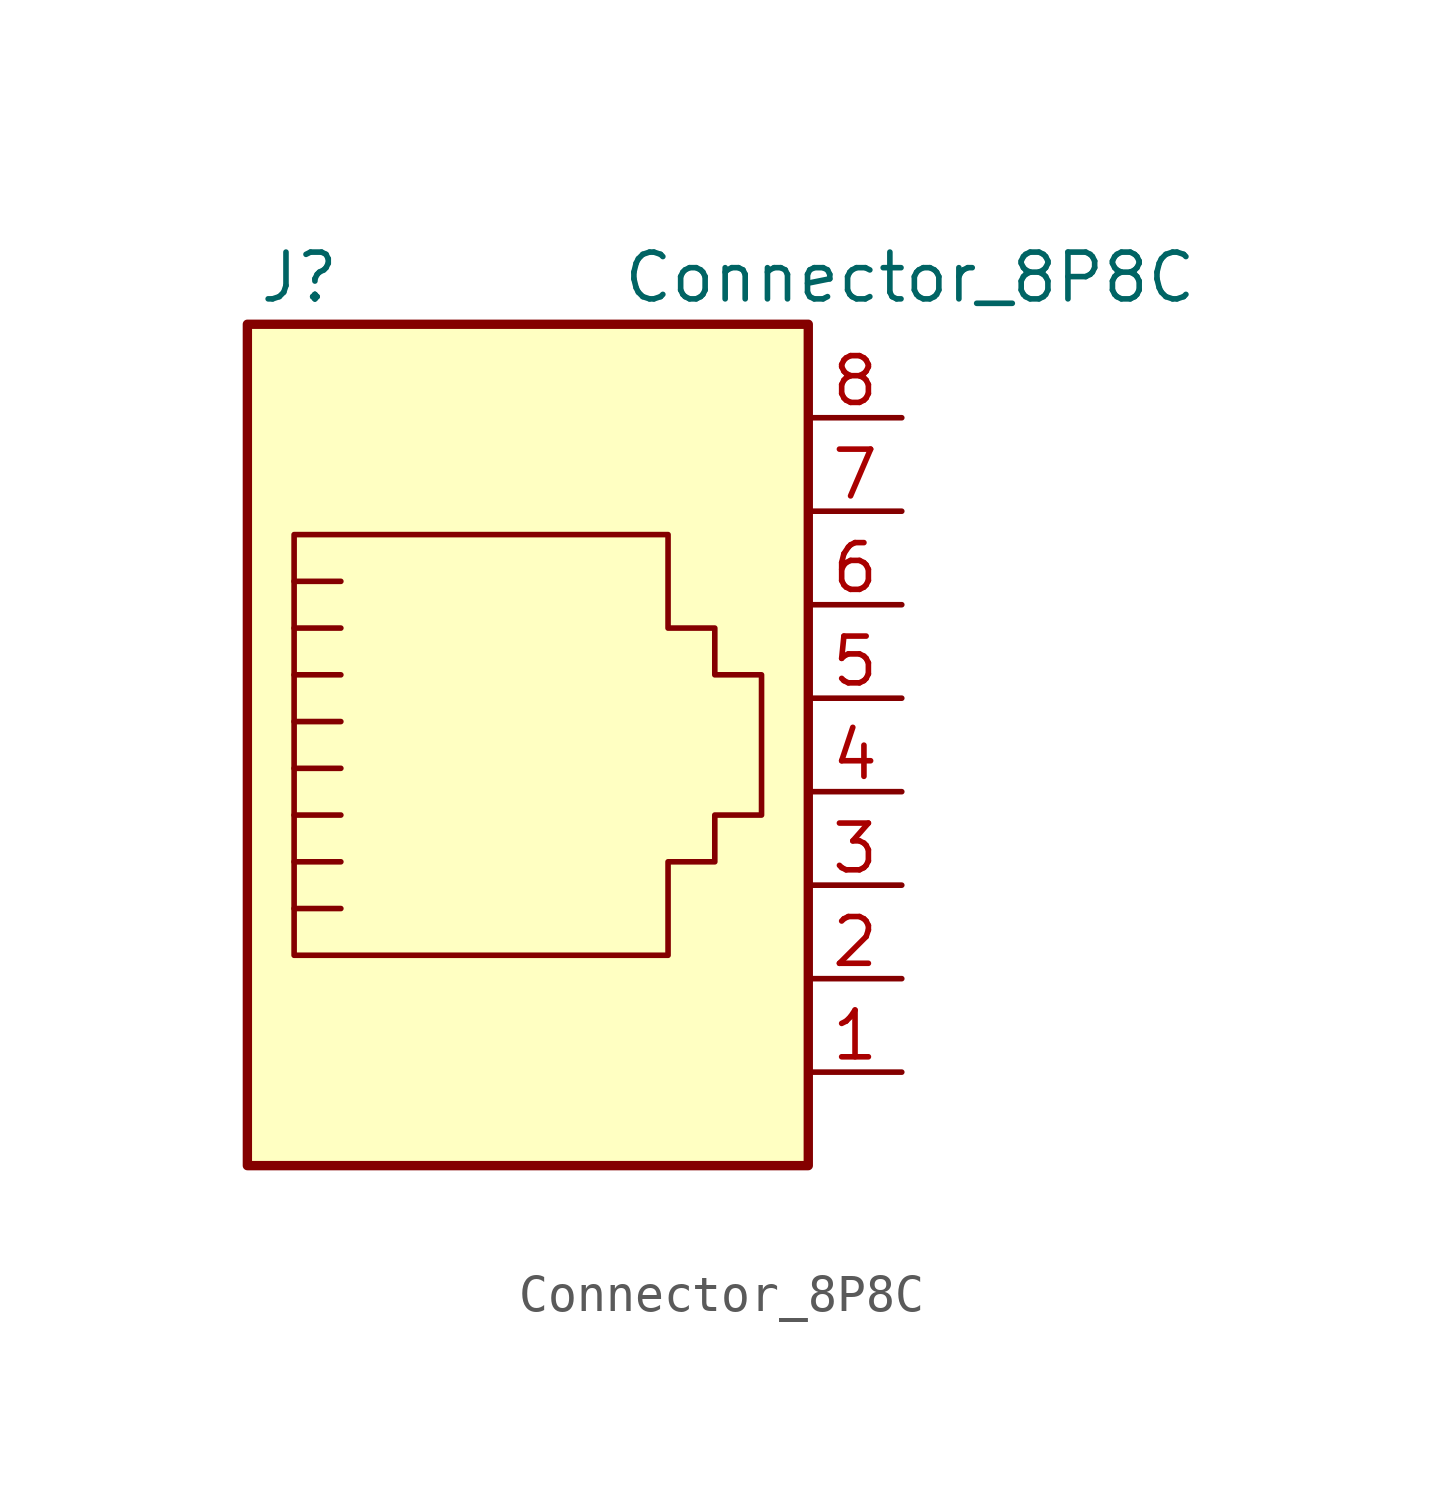
<source format=kicad_sym>
(kicad_symbol_lib
  (version 20211014)
  (generator kicad_symbol_editor)
  (symbol "Connector_8P8C"
    (pin_names
      (offset 1.016))
    (property "Reference" "J"
      (at -5.08 13.97 0)
      (effects (font (size 1.27 1.27)) (justify right)))
    (property "Value" "Connector_8P8C"
      (at 2.54 13.97 0)
      (effects (font (size 1.27 1.27)) (justify left)))
    (symbol "Connector_8P8C_0_1"
      (polyline (pts (xy -5.08 4.445) (xy -6.35 4.445)) (stroke (width 0) (type default) (color 0 0 0 0)) (fill (type none)))
      (polyline (pts (xy -5.08 5.715) (xy -6.35 5.715)) (stroke (width 0) (type default) (color 0 0 0 0)) (fill (type none)))
      (polyline (pts (xy -6.35 -3.175) (xy -5.08 -3.175) (xy -5.08 -3.175)) (stroke (width 0) (type default) (color 0 0 0 0)) (fill (type none)))
      (polyline (pts (xy -6.35 -1.905) (xy -5.08 -1.905) (xy -5.08 -1.905)) (stroke (width 0) (type default) (color 0 0 0 0)) (fill (type none)))
      (polyline (pts (xy -6.35 -0.635) (xy -5.08 -0.635) (xy -5.08 -0.635)) (stroke (width 0) (type default) (color 0 0 0 0)) (fill (type none)))
      (polyline (pts (xy -6.35 0.635) (xy -5.08 0.635) (xy -5.08 0.635)) (stroke (width 0) (type default) (color 0 0 0 0)) (fill (type none)))
      (polyline (pts (xy -6.35 1.905) (xy -5.08 1.905) (xy -5.08 1.905)) (stroke (width 0) (type default) (color 0 0 0 0)) (fill (type none)))
      (polyline (pts (xy -5.08 3.175) (xy -6.35 3.175) (xy -6.35 3.175)) (stroke (width 0) (type default) (color 0 0 0 0)) (fill (type none)))
      (polyline (pts (xy -6.35 -4.445) (xy -6.35 6.985) (xy 3.81 6.985) (xy 3.81 4.445) (xy 5.08 4.445) (xy 5.08 3.175) (xy 6.35 3.175) (xy 6.35 -0.635) (xy 5.08 -0.635) (xy 5.08 -1.905) (xy 3.81 -1.905) (xy 3.81 -4.445) (xy -6.35 -4.445) (xy -6.35 -4.445)) (stroke (width 0) (type default) (color 0 0 0 0)) (fill (type none)))
      (rectangle (start 7.62 12.7) (end -7.62 -10.16) (stroke (width 0.254) (type default) (color 0 0 0 0)) (fill (type background))))
    (symbol "Connector_8P8C_1_1"
      (pin passive line (at 10.16 -7.62 180) (length 2.54) (name "~" (effects (font (size 1.27 1.27)))) (number "1" (effects (font (size 1.27 1.27)))))
      (pin passive line (at 10.16 -5.08 180) (length 2.54) (name "~" (effects (font (size 1.27 1.27)))) (number "2" (effects (font (size 1.27 1.27)))))
      (pin passive line (at 10.16 -2.54 180) (length 2.54) (name "~" (effects (font (size 1.27 1.27)))) (number "3" (effects (font (size 1.27 1.27)))))
      (pin passive line (at 10.16 0 180) (length 2.54) (name "~" (effects (font (size 1.27 1.27)))) (number "4" (effects (font (size 1.27 1.27)))))
      (pin passive line (at 10.16 2.54 180) (length 2.54) (name "~" (effects (font (size 1.27 1.27)))) (number "5" (effects (font (size 1.27 1.27)))))
      (pin passive line (at 10.16 5.08 180) (length 2.54) (name "~" (effects (font (size 1.27 1.27)))) (number "6" (effects (font (size 1.27 1.27)))))
      (pin passive line (at 10.16 7.62 180) (length 2.54) (name "~" (effects (font (size 1.27 1.27)))) (number "7" (effects (font (size 1.27 1.27)))))
      (pin passive line (at 10.16 10.16 180) (length 2.54) (name "~" (effects (font (size 1.27 1.27)))) (number "8" (effects (font (size 1.27 1.27))))))))
</source>
